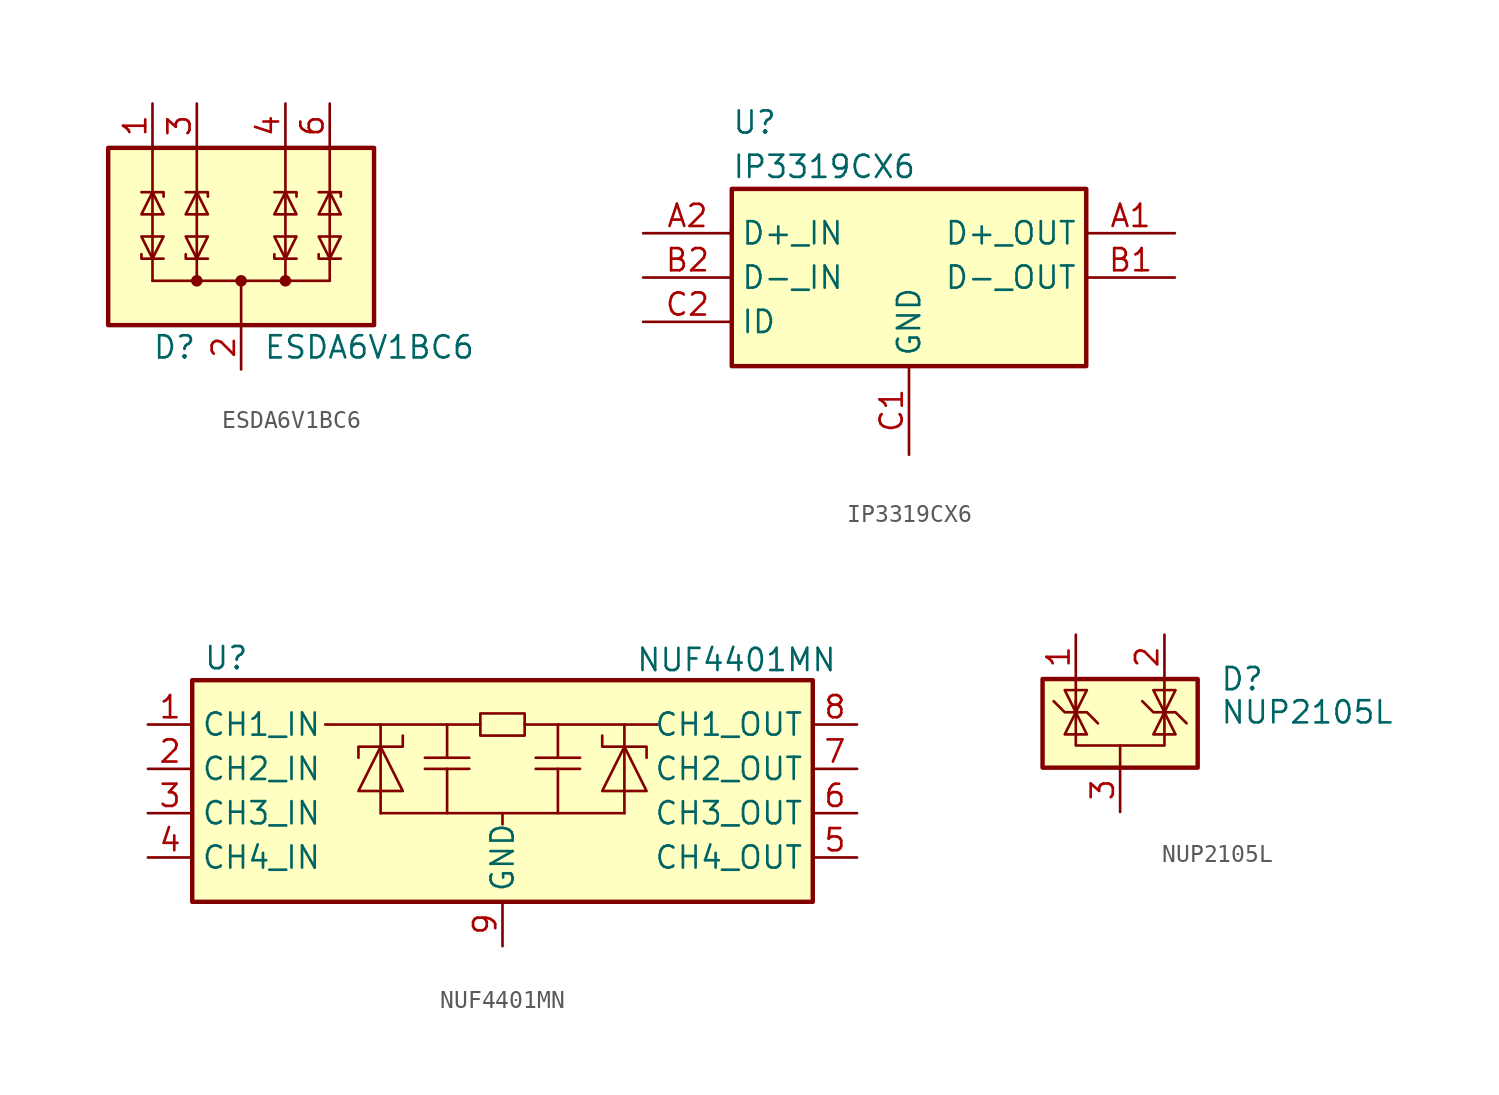
<source format=kicad_sym>
(kicad_symbol_lib
  (version 20201005)
  (generator kicad_symbol_editor)
  (symbol "Power_Protection:ESDA6V1BC6"
    (pin_names hide)
    (property "Reference" "D"
      (at -2.54 -6.35 0)
      (effects (font (size 1.27 1.27)) (justify right)))
    (property "Value" "ESDA6V1BC6"
      (at 1.27 -6.35 0)
      (effects (font (size 1.27 1.27)) (justify left)))
    (symbol "ESDA6V1BC6_0_0"
      (pin passive line (at 0 -7.62 90) (length 2.54) (name "COM" (effects (font (size 1.27 1.27)))) (number "2" (effects (font (size 1.27 1.27))))))
    (symbol "ESDA6V1BC6_0_1"
      (circle (center -2.54 -2.54) (radius 0.254) (stroke (width 0)) (fill (type outline)))
      (circle (center 0 -2.54) (radius 0.254) (stroke (width 0)) (fill (type outline)))
      (circle (center 2.54 -2.54) (radius 0.254) (stroke (width 0)) (fill (type outline)))
      (rectangle (start -7.62 5.08) (end 7.62 -5.08) (stroke (width 0.254)) (fill (type background)))
      (polyline (pts (xy -5.08 -2.54) (xy -5.08 -1.27)) (stroke (width 0)) (fill (type none)))
      (polyline (pts (xy -5.08 -2.54) (xy 5.08 -2.54)) (stroke (width 0)) (fill (type none)))
      (polyline (pts (xy -5.08 2.54) (xy -5.08 -1.27)) (stroke (width 0)) (fill (type none)))
      (polyline (pts (xy -5.08 5.08) (xy -5.08 2.54)) (stroke (width 0)) (fill (type none)))
      (polyline (pts (xy -2.54 -2.54) (xy -2.54 -1.27)) (stroke (width 0)) (fill (type none)))
      (polyline (pts (xy -2.54 2.54) (xy -2.54 -1.27)) (stroke (width 0)) (fill (type none)))
      (polyline (pts (xy -2.54 5.08) (xy -2.54 2.54)) (stroke (width 0)) (fill (type none)))
      (polyline (pts (xy 0 -2.54) (xy 0 -5.08)) (stroke (width 0)) (fill (type none)))
      (polyline (pts (xy 2.54 -2.54) (xy 2.54 -1.27)) (stroke (width 0)) (fill (type none)))
      (polyline (pts (xy 2.54 2.54) (xy 2.54 -1.27)) (stroke (width 0)) (fill (type none)))
      (polyline (pts (xy 2.54 5.08) (xy 2.54 2.54)) (stroke (width 0)) (fill (type none)))
      (polyline (pts (xy 5.08 -2.54) (xy 5.08 -1.27)) (stroke (width 0)) (fill (type none)))
      (polyline (pts (xy 5.08 2.54) (xy 5.08 -1.27)) (stroke (width 0)) (fill (type none)))
      (polyline (pts (xy 5.08 5.08) (xy 5.08 2.54)) (stroke (width 0)) (fill (type none)))
      (polyline (pts (xy -5.715 -1.016) (xy -5.715 -1.27) (xy -4.445 -1.27)) (stroke (width 0)) (fill (type none)))
      (polyline (pts (xy -5.715 2.54) (xy -4.445 2.54) (xy -4.445 2.286)) (stroke (width 0)) (fill (type none)))
      (polyline (pts (xy -3.175 -1.016) (xy -3.175 -1.27) (xy -1.905 -1.27)) (stroke (width 0)) (fill (type none)))
      (polyline (pts (xy -3.175 2.54) (xy -1.905 2.54) (xy -1.905 2.286)) (stroke (width 0)) (fill (type none)))
      (polyline (pts (xy 1.905 -1.016) (xy 1.905 -1.27) (xy 3.175 -1.27)) (stroke (width 0)) (fill (type none)))
      (polyline (pts (xy 1.905 2.54) (xy 3.175 2.54) (xy 3.175 2.286)) (stroke (width 0)) (fill (type none)))
      (polyline (pts (xy 4.445 -1.016) (xy 4.445 -1.27) (xy 5.715 -1.27)) (stroke (width 0)) (fill (type none)))
      (polyline (pts (xy 4.445 2.54) (xy 5.715 2.54) (xy 5.715 2.286)) (stroke (width 0)) (fill (type none)))
      (polyline (pts (xy -5.08 -1.27) (xy -5.715 0) (xy -4.445 0) (xy -5.08 -1.27)) (stroke (width 0)) (fill (type none)))
      (polyline (pts (xy -5.08 2.54) (xy -4.445 1.27) (xy -5.715 1.27) (xy -5.08 2.54)) (stroke (width 0)) (fill (type none)))
      (polyline (pts (xy -2.54 -1.27) (xy -3.175 0) (xy -1.905 0) (xy -2.54 -1.27)) (stroke (width 0)) (fill (type none)))
      (polyline (pts (xy -2.54 2.54) (xy -1.905 1.27) (xy -3.175 1.27) (xy -2.54 2.54)) (stroke (width 0)) (fill (type none)))
      (polyline (pts (xy 2.54 -1.27) (xy 1.905 0) (xy 3.175 0) (xy 2.54 -1.27)) (stroke (width 0)) (fill (type none)))
      (polyline (pts (xy 2.54 2.54) (xy 3.175 1.27) (xy 1.905 1.27) (xy 2.54 2.54)) (stroke (width 0)) (fill (type none)))
      (polyline (pts (xy 5.08 -1.27) (xy 4.445 0) (xy 5.715 0) (xy 5.08 -1.27)) (stroke (width 0)) (fill (type none)))
      (polyline (pts (xy 5.08 2.54) (xy 5.715 1.27) (xy 4.445 1.27) (xy 5.08 2.54)) (stroke (width 0)) (fill (type none))))
    (symbol "ESDA6V1BC6_1_1"
      (pin passive line (at -5.08 7.62 270) (length 2.54) (name "TVS1" (effects (font (size 1.27 1.27)))) (number "1" (effects (font (size 1.27 1.27)))))
      (pin passive line (at -2.54 7.62 270) (length 2.54) (name "TVS2" (effects (font (size 1.27 1.27)))) (number "3" (effects (font (size 1.27 1.27)))))
      (pin passive line (at 2.54 7.62 270) (length 2.54) (name "TVS3" (effects (font (size 1.27 1.27)))) (number "4" (effects (font (size 1.27 1.27)))))
      (pin passive line (at 0 -7.62 90) (length 2.54) hide (name "COM" (effects (font (size 1.27 1.27)))) (number "5" (effects (font (size 1.27 1.27)))))
      (pin passive line (at 5.08 7.62 270) (length 2.54) (name "TVS4" (effects (font (size 1.27 1.27)))) (number "6" (effects (font (size 1.27 1.27)))))))
  (symbol "Power_Protection:IP3319CX6"
    (property "Reference" "U"
      (at -10.16 8.89 0)
      (effects (font (size 1.27 1.27)) (justify left)))
    (property "Value" "IP3319CX6"
      (at -10.16 6.35 0)
      (effects (font (size 1.27 1.27)) (justify left)))
    (symbol "IP3319CX6_0_1"
      (rectangle (start -10.16 5.08) (end 10.16 -5.08) (stroke (width 0.254)) (fill (type background))))
    (symbol "IP3319CX6_1_1"
      (pin passive line (at 15.24 2.54 180) (length 5.08) (name "D+_OUT" (effects (font (size 1.27 1.27)))) (number "A1" (effects (font (size 1.27 1.27)))))
      (pin passive line (at -15.24 2.54 0) (length 5.08) (name "D+_IN" (effects (font (size 1.27 1.27)))) (number "A2" (effects (font (size 1.27 1.27)))))
      (pin passive line (at 15.24 0 180) (length 5.08) (name "D-_OUT" (effects (font (size 1.27 1.27)))) (number "B1" (effects (font (size 1.27 1.27)))))
      (pin passive line (at -15.24 0 0) (length 5.08) (name "D-_IN" (effects (font (size 1.27 1.27)))) (number "B2" (effects (font (size 1.27 1.27)))))
      (pin power_in line (at 0 -10.16 90) (length 5.08) (name "GND" (effects (font (size 1.27 1.27)))) (number "C1" (effects (font (size 1.27 1.27)))))
      (pin passive line (at -15.24 -2.54 0) (length 5.08) (name "ID" (effects (font (size 1.27 1.27)))) (number "C2" (effects (font (size 1.27 1.27)))))))
  (symbol "Power_Protection:NUF4401MN"
    (property "Reference" "U"
      (at -17.145 8.89 0)
      (effects (font (size 1.27 1.27)) (justify left)))
    (property "Value" "NUF4401MN"
      (at 7.62 9.525 0)
      (effects (font (size 1.27 1.27)) (justify left top)))
    (symbol "NUF4401MN_0_1"
      (rectangle (start -17.78 7.62) (end 17.78 -5.08) (stroke (width 0.254)) (fill (type background)))
      (polyline (pts (xy -6.985 0) (xy 6.985 0)) (stroke (width 0)) (fill (type none)))
      (polyline (pts (xy -6.985 3.81) (xy -6.985 5.08)) (stroke (width 0)) (fill (type none)))
      (polyline (pts (xy -4.445 3.175) (xy -1.905 3.175)) (stroke (width 0)) (fill (type none)))
      (polyline (pts (xy -3.175 2.54) (xy -3.175 0)) (stroke (width 0)) (fill (type none)))
      (polyline (pts (xy -3.175 5.08) (xy -3.175 3.175)) (stroke (width 0)) (fill (type none)))
      (polyline (pts (xy -1.905 2.54) (xy -4.445 2.54)) (stroke (width 0)) (fill (type none)))
      (polyline (pts (xy -1.27 5.08) (xy -10.16 5.08)) (stroke (width 0)) (fill (type none)))
      (polyline (pts (xy 0 0) (xy 0 -0.635)) (stroke (width 0)) (fill (type none)))
      (polyline (pts (xy 1.27 5.08) (xy 8.89 5.08)) (stroke (width 0)) (fill (type none)))
      (polyline (pts (xy 1.905 3.175) (xy 4.445 3.175)) (stroke (width 0)) (fill (type none)))
      (polyline (pts (xy 3.175 2.54) (xy 3.175 0)) (stroke (width 0)) (fill (type none)))
      (polyline (pts (xy 3.175 5.08) (xy 3.175 3.175)) (stroke (width 0)) (fill (type none)))
      (polyline (pts (xy 4.445 2.54) (xy 1.905 2.54)) (stroke (width 0)) (fill (type none)))
      (polyline (pts (xy 6.985 3.81) (xy 6.985 5.08)) (stroke (width 0)) (fill (type none)))
      (polyline (pts (xy -6.985 1.27) (xy -6.985 3.81) (xy -6.985 0)) (stroke (width 0)) (fill (type none)))
      (polyline (pts (xy 6.985 1.27) (xy 6.985 3.81) (xy 6.985 0)) (stroke (width 0)) (fill (type none)))
      (polyline (pts (xy -6.985 3.81) (xy -5.715 1.27) (xy -8.255 1.27) (xy -6.985 3.81)) (stroke (width 0)) (fill (type none)))
      (polyline (pts (xy -5.715 4.445) (xy -5.715 3.81) (xy -8.255 3.81) (xy -8.255 3.175)) (stroke (width 0)) (fill (type none)))
      (polyline (pts (xy 5.715 4.445) (xy 5.715 3.81) (xy 8.255 3.81) (xy 8.255 3.175)) (stroke (width 0)) (fill (type none)))
      (polyline (pts (xy 6.985 3.81) (xy 5.715 1.27) (xy 8.255 1.27) (xy 6.985 3.81)) (stroke (width 0)) (fill (type none)))
      (polyline (pts (xy -1.27 5.08) (xy -1.27 4.445) (xy 1.27 4.445) (xy 1.27 5.715) (xy -1.27 5.715) (xy -1.27 5.08)) (stroke (width 0)) (fill (type none))))
    (symbol "NUF4401MN_1_1"
      (pin passive line (at -20.32 5.08 0) (length 2.54) (name "CH1_IN" (effects (font (size 1.27 1.27)))) (number "1" (effects (font (size 1.27 1.27)))))
      (pin passive line (at -20.32 2.54 0) (length 2.54) (name "CH2_IN" (effects (font (size 1.27 1.27)))) (number "2" (effects (font (size 1.27 1.27)))))
      (pin passive line (at -20.32 0 0) (length 2.54) (name "CH3_IN" (effects (font (size 1.27 1.27)))) (number "3" (effects (font (size 1.27 1.27)))))
      (pin passive line (at -20.32 -2.54 0) (length 2.54) (name "CH4_IN" (effects (font (size 1.27 1.27)))) (number "4" (effects (font (size 1.27 1.27)))))
      (pin passive line (at 20.32 -2.54 180) (length 2.54) (name "CH4_OUT" (effects (font (size 1.27 1.27)))) (number "5" (effects (font (size 1.27 1.27)))))
      (pin passive line (at 20.32 0 180) (length 2.54) (name "CH3_OUT" (effects (font (size 1.27 1.27)))) (number "6" (effects (font (size 1.27 1.27)))))
      (pin passive line (at 20.32 2.54 180) (length 2.54) (name "CH2_OUT" (effects (font (size 1.27 1.27)))) (number "7" (effects (font (size 1.27 1.27)))))
      (pin passive line (at 20.32 5.08 180) (length 2.54) (name "CH1_OUT" (effects (font (size 1.27 1.27)))) (number "8" (effects (font (size 1.27 1.27)))))
      (pin power_in line (at 0 -7.62 90) (length 2.54) (name "GND" (effects (font (size 1.27 1.27)))) (number "9" (effects (font (size 1.27 1.27)))))))
  (symbol "Power_Protection:NUP2105L"
    (pin_names hide)
    (property "Reference" "D"
      (at 5.715 2.54 0)
      (effects (font (size 1.27 1.27)) (justify left)))
    (property "Value" "NUP2105L"
      (at 5.715 0.635 0)
      (effects (font (size 1.27 1.27)) (justify left)))
    (symbol "NUP2105L_0_0"
      (pin passive line (at 0 -5.08 90) (length 2.54) (name "A" (effects (font (size 1.27 1.27)))) (number "3" (effects (font (size 1.27 1.27))))))
    (symbol "NUP2105L_0_1"
      (rectangle (start -4.445 2.54) (end 4.445 -2.54) (stroke (width 0.254)) (fill (type background)))
      (polyline (pts (xy -2.54 2.54) (xy -2.54 0.635)) (stroke (width 0)) (fill (type none)))
      (polyline (pts (xy 0 -1.27) (xy 0 -2.54)) (stroke (width 0)) (fill (type none)))
      (polyline (pts (xy 2.54 2.54) (xy 2.54 0.635)) (stroke (width 0)) (fill (type none)))
      (polyline (pts (xy -3.81 1.27) (xy -3.175 0.635) (xy -1.905 0.635) (xy -1.27 0)) (stroke (width 0)) (fill (type none)))
      (polyline (pts (xy -2.54 0.635) (xy -2.54 -1.27) (xy 2.54 -1.27) (xy 2.54 0.635)) (stroke (width 0)) (fill (type none)))
      (polyline (pts (xy -2.54 0.635) (xy -1.905 -0.635) (xy -3.175 -0.635) (xy -2.54 0.635)) (stroke (width 0)) (fill (type none)))
      (polyline (pts (xy 2.54 0.635) (xy 1.905 -0.635) (xy 3.175 -0.635) (xy 2.54 0.635)) (stroke (width 0)) (fill (type none)))
      (polyline (pts (xy 2.54 0.635) (xy 3.175 1.905) (xy 1.905 1.905) (xy 2.54 0.635)) (stroke (width 0)) (fill (type none)))
      (polyline (pts (xy -2.54 0.635) (xy -3.175 1.905) (xy -1.905 1.905) (xy -2.54 0.635) (xy -2.54 1.27)) (stroke (width 0)) (fill (type none)))
      (polyline (pts (xy 1.27 1.27) (xy 1.905 0.635) (xy 2.54 0.635) (xy 3.175 0.635) (xy 3.81 0)) (stroke (width 0)) (fill (type none))))
    (symbol "NUP2105L_1_1"
      (pin passive line (at -2.54 5.08 270) (length 2.54) (name "K" (effects (font (size 1.27 1.27)))) (number "1" (effects (font (size 1.27 1.27)))))
      (pin passive line (at 2.54 5.08 270) (length 2.54) (name "K" (effects (font (size 1.27 1.27)))) (number "2" (effects (font (size 1.27 1.27))))))))
</source>
